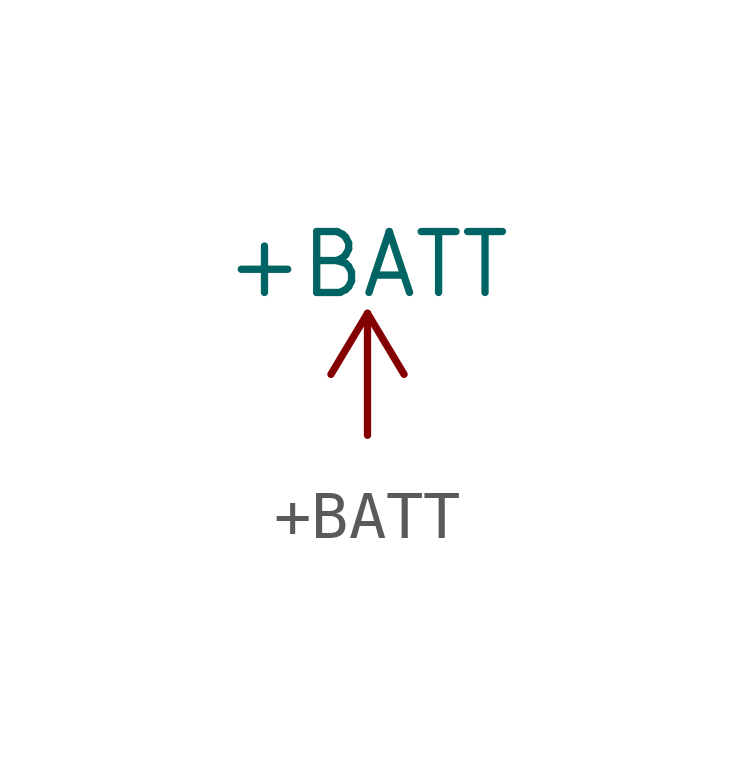
<source format=kicad_sym>
(kicad_symbol_lib
  (version 20220914)
  (generator kicad_symbol_editor)
  (symbol "+BATT"
    (power)
    (pin_names
      (offset 0))
    (property "Reference" "#PWR"
      (at 0 -3.81 0)
      (effects (font (size 1.27 1.27)) hide))
    (property "Value" "+BATT"
      (at 0 3.556 0)
      (effects (font (size 1.27 1.27))))
    (symbol "+BATT_0_1"
      (polyline (pts (xy -0.762 1.27) (xy 0 2.54)) (stroke (width 0) (type solid)) (fill (type none)))
      (polyline (pts (xy 0 0) (xy 0 2.54)) (stroke (width 0) (type solid)) (fill (type none)))
      (polyline (pts (xy 0 2.54) (xy 0.762 1.27)) (stroke (width 0) (type solid)) (fill (type none))))
    (symbol "+BATT_1_1"
      (pin power_in line (at 0 0 90) (length 0) hide (name "+BATT" (effects (font (size 1.27 1.27)))) (number "1" (effects (font (size 1.27 1.27))))))))
</source>
